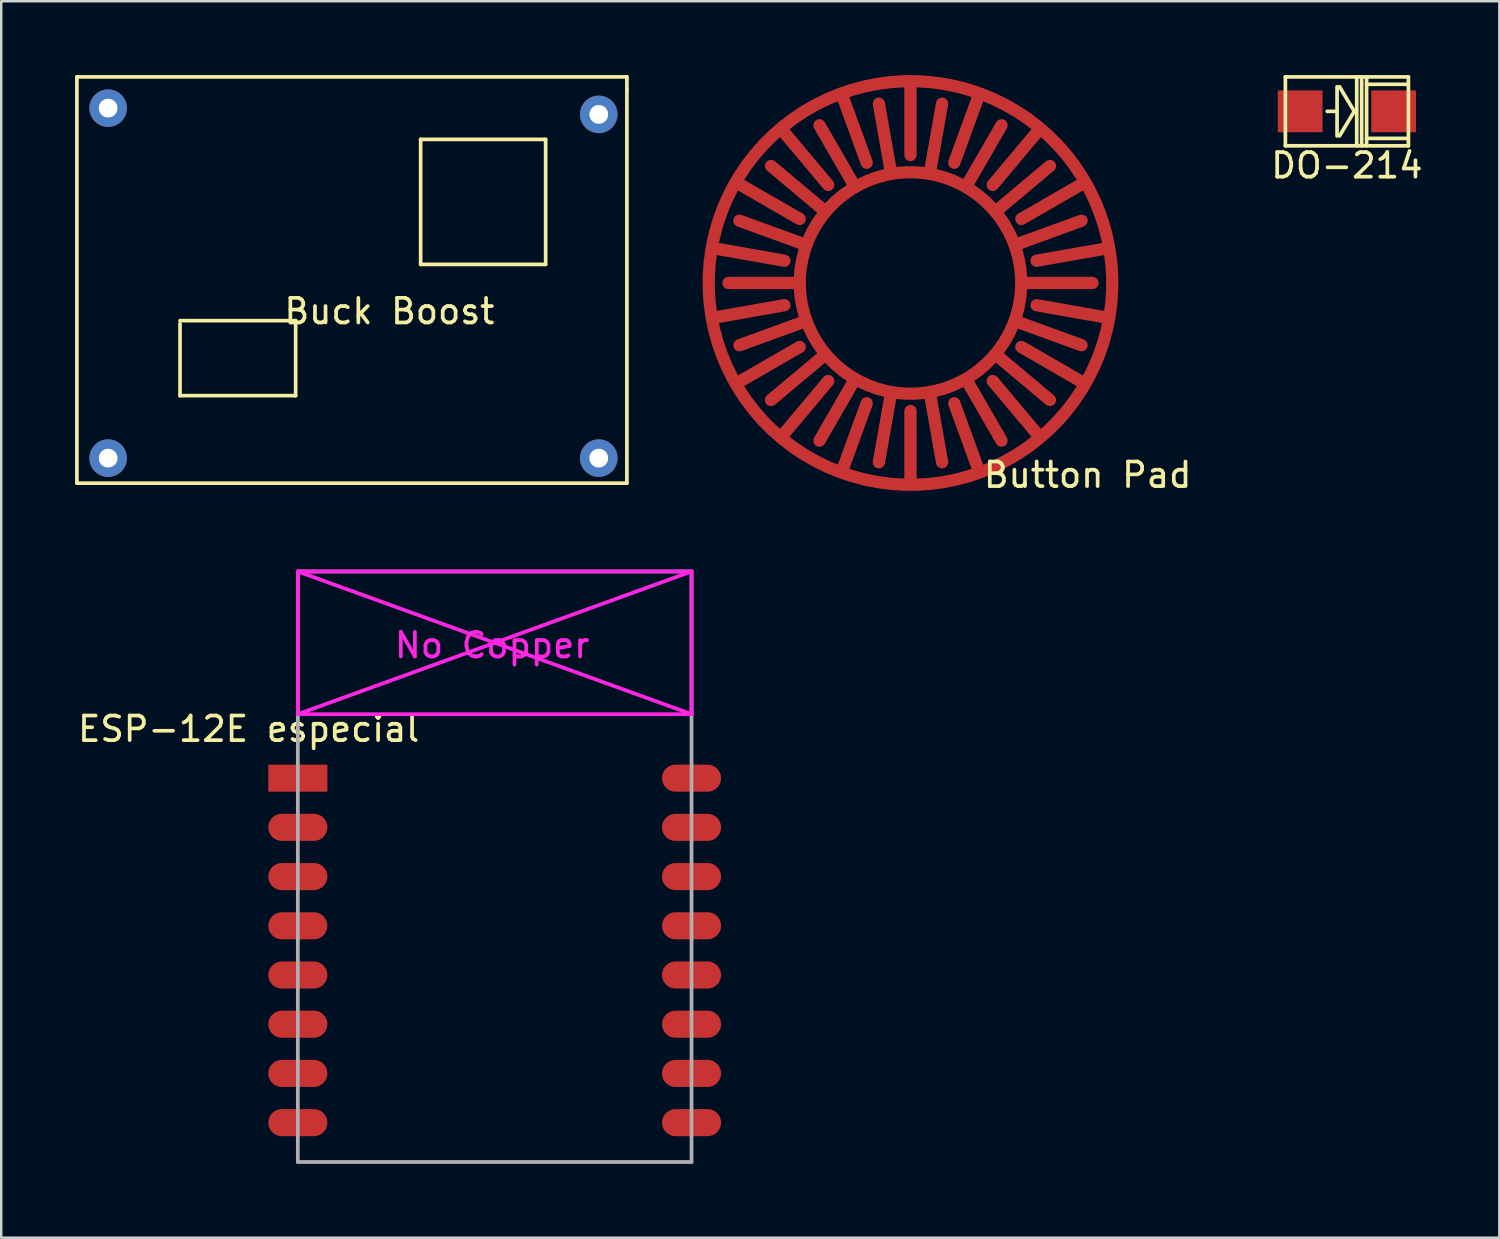
<source format=kicad_pcb>
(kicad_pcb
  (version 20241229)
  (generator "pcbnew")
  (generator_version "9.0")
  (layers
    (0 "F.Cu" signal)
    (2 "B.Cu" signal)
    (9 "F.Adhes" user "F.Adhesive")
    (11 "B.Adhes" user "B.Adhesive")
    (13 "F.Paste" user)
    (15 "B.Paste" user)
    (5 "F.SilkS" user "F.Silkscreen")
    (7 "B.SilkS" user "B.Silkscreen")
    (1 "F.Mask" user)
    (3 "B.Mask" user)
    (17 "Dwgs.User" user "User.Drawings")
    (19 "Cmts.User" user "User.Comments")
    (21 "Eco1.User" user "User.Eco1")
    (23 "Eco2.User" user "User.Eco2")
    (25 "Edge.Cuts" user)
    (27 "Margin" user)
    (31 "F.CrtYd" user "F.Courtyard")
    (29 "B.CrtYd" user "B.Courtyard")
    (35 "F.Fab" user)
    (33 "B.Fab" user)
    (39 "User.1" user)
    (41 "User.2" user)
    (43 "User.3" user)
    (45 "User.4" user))
  (footprint "Button Pad"
    (layer "F.Cu")
    (at 33.952 8.45)
    (property "Reference" "Button Pad" (at 7.2 7.8 0) (layer "F.SilkS") (effects (font (size 1 1) (thickness 0.15))))
    (attr through_hole)
    (pad "1" smd custom (at -4.5 0) (size 0.5 0.5) (layers "F.Cu" "F.Mask" "F.Paste") (options (anchor circle)) (primitives (gr_circle (center 4.5 0) (end 9 0) (width 0.5) (fill no)) (gr_line (start 9 0) (end 11.9 0) (width 0.5)) (gr_line (start 8.729 -1.539) (end 11.454 -2.531) (width 0.5)) (gr_line (start 7.947 -2.893) (end 10.169 -4.757) (width 0.5)) (gr_line (start 6.75 -3.897) (end 8.2 -6.409) (width 0.5)) (gr_line (start 5.281 -4.432) (end 5.785 -7.288) (width 0.5)) (gr_line (start 3.719 -4.432) (end 3.215 -7.288) (width 0.5)) (gr_line (start 2.25 -3.897) (end 0.8 -6.409) (width 0.5)) (gr_line (start 1.053 -2.893) (end -1.169 -4.757) (width 0.5)) (gr_line (start 0.271 -1.539) (end -2.454 -2.531) (width 0.5)) (gr_line (start 0 0) (end -2.9 0) (width 0.5)) (gr_line (start 0.271 1.539) (end -2.454 2.531) (width 0.5)) (gr_line (start 1.053 2.893) (end -1.169 4.757) (width 0.5)) (gr_line (start 2.25 3.897) (end 0.8 6.409) (width 0.5)) (gr_line (start 3.719 4.432) (end 3.215 7.288) (width 0.5)) (gr_line (start 5.281 4.432) (end 5.785 7.288) (width 0.5)) (gr_line (start 6.75 3.897) (end 8.2 6.409) (width 0.5)) (gr_line (start 7.947 2.893) (end 10.169 4.757) (width 0.5)) (gr_line (start 8.729 1.539) (end 11.454 2.531) (width 0.5)) (gr_line (start 9 0) (end 11.9 0) (width 0.5))))
    (pad "2" smd custom (at -8.2 0) (size 0.5 0.5) (layers "F.Cu" "F.Mask" "F.Paste") (options (anchor circle)) (primitives (gr_circle (center 8.2 0) (end 16.4 0) (width 0.5) (fill no)) (gr_line (start 3.079 0.903) (end 0.322 1.389) (width 0.5)) (gr_line (start 3.697 2.6) (end 1.272 4) (width 0.5)) (gr_line (start 4.858 3.983) (end 3.058 6.128) (width 0.5)) (gr_line (start 6.421 4.886) (end 5.464 7.518) (width 0.5)) (gr_line (start 8.2 5.2) (end 8.2 8) (width 0.5)) (gr_line (start 9.979 4.886) (end 10.936 7.518) (width 0.5)) (gr_line (start 11.542 3.983) (end 13.342 6.128) (width 0.5)) (gr_line (start 12.703 2.6) (end 15.128 4) (width 0.5)) (gr_line (start 13.321 0.903) (end 16.078 1.389) (width 0.5)) (gr_line (start 13.321 -0.903) (end 16.078 -1.389) (width 0.5)) (gr_line (start 12.703 -2.6) (end 15.128 -4) (width 0.5)) (gr_line (start 11.542 -3.983) (end 13.342 -6.128) (width 0.5)) (gr_line (start 9.979 -4.886) (end 10.936 -7.518) (width 0.5)) (gr_line (start 8.2 -5.2) (end 8.2 -8) (width 0.5)) (gr_line (start 6.421 -4.886) (end 5.464 -7.518) (width 0.5)) (gr_line (start 4.858 -3.983) (end 3.058 -6.128) (width 0.5)) (gr_line (start 3.697 -2.6) (end 1.272 -4) (width 0.5)) (gr_line (start 3.079 -0.903) (end 0.322 -1.389) (width 0.5)))))
  (footprint "Buck Boost"
    (layer "F.Cu")
    (at 6.425 6.425)
    (property "Reference" "Buck Boost" (at 6.35 3.175 0) (layer "F.SilkS") (effects (font (size 1 1) (thickness 0.15))))
    (attr through_hole)
    (fp_line (start -6.35 -6.35) (end -6.35 10.16) (stroke (width 0.15) (type solid)) (layer "F.SilkS"))
    (fp_line (start -6.35 -6.35) (end 16.002 -6.35) (stroke (width 0.15) (type solid)) (layer "F.SilkS"))
    (fp_line (start -6.35 10.16) (end 16.002 10.16) (stroke (width 0.15) (type solid)) (layer "F.SilkS"))
    (fp_line (start -2.159 3.683) (end -2.159 6.604) (stroke (width 0.15) (type solid)) (layer "F.SilkS"))
    (fp_line (start -2.159 6.604) (end 2.54 6.604) (stroke (width 0.15) (type solid)) (layer "F.SilkS"))
    (fp_line (start 2.54 3.556) (end -2.159 3.556) (stroke (width 0.15) (type solid)) (layer "F.SilkS"))
    (fp_line (start 2.54 6.604) (end 2.54 3.556) (stroke (width 0.15) (type solid)) (layer "F.SilkS"))
    (fp_line (start 7.62 -3.81) (end 7.62 1.27) (stroke (width 0.15) (type solid)) (layer "F.SilkS"))
    (fp_line (start 7.62 1.27) (end 12.7 1.27) (stroke (width 0.15) (type solid)) (layer "F.SilkS"))
    (fp_line (start 12.7 -3.81) (end 7.62 -3.81) (stroke (width 0.15) (type solid)) (layer "F.SilkS"))
    (fp_line (start 12.7 1.27) (end 12.7 -3.81) (stroke (width 0.15) (type solid)) (layer "F.SilkS"))
    (fp_line (start 16.002 -5.842) (end 16.002 -6.35) (stroke (width 0.15) (type solid)) (layer "F.SilkS"))
    (fp_line (start 16.002 10.16) (end 16.002 -5.842) (stroke (width 0.15) (type solid)) (layer "F.SilkS"))
    (pad "1" thru_hole circle (at -5.08 -5.08) (size 1.524 1.524) (drill 0.762) (layers "*.Cu" "*.Mask"))
    (pad "2" thru_hole circle (at 14.859 -4.826) (size 1.524 1.524) (drill 0.762) (layers "*.Cu" "*.Mask"))
    (pad "3" thru_hole circle (at -5.08 9.144) (size 1.524 1.524) (drill 0.762) (layers "*.Cu" "*.Mask"))
    (pad "4" thru_hole circle (at 14.859 9.144) (size 1.524 1.524) (drill 0.762) (layers "*.Cu" "*.Mask")))
  (footprint "DO-214"
    (layer "F.Cu")
    (at 51.688 1.475)
    (property "Reference" "DO-214" (at 0 2.2 0) (layer "F.SilkS") (effects (font (size 1 1) (thickness 0.15))))
    (attr through_hole)
    (fp_line (start -2.5 -1.4) (end 2.5 -1.4) (stroke (width 0.15) (type solid)) (layer "F.SilkS"))
    (fp_line (start -2.5 1.4) (end -2.5 -1.4) (stroke (width 0.15) (type solid)) (layer "F.SilkS"))
    (fp_line (start -0.4 0) (end -0.8 0) (stroke (width 0.15) (type solid)) (layer "F.SilkS"))
    (fp_line (start -0.4 1) (end -0.4 -1) (stroke (width 0.15) (type solid)) (layer "F.SilkS"))
    (fp_line (start -0.3 -1) (end 0.3 0) (stroke (width 0.15) (type solid)) (layer "F.SilkS"))
    (fp_line (start 0.3 0) (end -0.3 1) (stroke (width 0.15) (type solid)) (layer "F.SilkS"))
    (fp_line (start 0.4 -1.4) (end 0.4 1.4) (stroke (width 0.15) (type solid)) (layer "F.SilkS"))
    (fp_line (start 0.6 1.4) (end 0.6 -1.4) (stroke (width 0.15) (type solid)) (layer "F.SilkS"))
    (fp_line (start 0.8 -1.4) (end 0.8 1.4) (stroke (width 0.15) (type solid)) (layer "F.SilkS"))
    (fp_line (start 0.8 -1.1) (end 2.5 -1.1) (stroke (width 0.15) (type solid)) (layer "F.SilkS"))
    (fp_line (start 0.8 1.1) (end 2.5 1.1) (stroke (width 0.15) (type solid)) (layer "F.SilkS"))
    (fp_line (start 2.5 -1.4) (end 2.5 1.4) (stroke (width 0.15) (type solid)) (layer "F.SilkS"))
    (fp_line (start 2.5 1.4) (end -2.5 1.4) (stroke (width 0.15) (type solid)) (layer "F.SilkS"))
    (pad "1" smd rect (at -1.9 0) (size 1.82 1.7) (layers "F.Cu" "F.Mask" "F.Paste"))
    (pad "2" smd rect (at 1.9 0) (size 1.82 1.7) (layers "F.Cu" "F.Mask" "F.Paste")))
  (footprint "ESP-12E especial"
    (layer "F.Cu")
    (at 9.054 28.574)
    (property "Reference" "ESP-12E especial" (at -2 -2 0) (layer "F.SilkS") (effects (font (size 1 1) (thickness 0.15))))
    (attr through_hole)
    (fp_line (start 0 -8.4) (end 0 -2.6) (stroke (width 0.152) (type solid)) (layer "F.CrtYd"))
    (fp_line (start 0 -8.4) (end 16 -2.6) (stroke (width 0.152) (type solid)) (layer "F.CrtYd"))
    (fp_line (start 0 -2.6) (end 16 -2.6) (stroke (width 0.152) (type solid)) (layer "F.CrtYd"))
    (fp_line (start 16 -8.4) (end 0 -8.4) (stroke (width 0.152) (type solid)) (layer "F.CrtYd"))
    (fp_line (start 16 -8.4) (end 0 -2.6) (stroke (width 0.152) (type solid)) (layer "F.CrtYd"))
    (fp_line (start 16 -2.6) (end 16 -8.4) (stroke (width 0.152) (type solid)) (layer "F.CrtYd"))
    (fp_line (start 0 -8.4) (end 16 -8.4) (stroke (width 0.152) (type solid)) (layer "F.Fab"))
    (fp_line (start 0 15.6) (end 0 -8.4) (stroke (width 0.152) (type solid)) (layer "F.Fab"))
    (fp_line (start 16 -8.4) (end 16 15.6) (stroke (width 0.152) (type solid)) (layer "F.Fab"))
    (fp_line (start 16 15.6) (end 0 15.6) (stroke (width 0.152) (type solid)) (layer "F.Fab"))
    (fp_text user "No Copper" (at 7.9 -5.4 0) (layer "F.CrtYd") (effects (font (size 1 1) (thickness 0.15))))
    (pad "1" smd rect (at 0 0) (size 2.4 1.1) (layers "F.Cu" "F.Mask" "F.Paste"))
    (pad "2" smd oval (at 0 2) (size 2.4 1.1) (layers "F.Cu" "F.Mask" "F.Paste"))
    (pad "3" smd oval (at 0 4) (size 2.4 1.1) (layers "F.Cu" "F.Mask" "F.Paste"))
    (pad "4" smd oval (at 0 6) (size 2.4 1.1) (layers "F.Cu" "F.Mask" "F.Paste"))
    (pad "5" smd oval (at 0 8) (size 2.4 1.1) (layers "F.Cu" "F.Mask" "F.Paste"))
    (pad "6" smd oval (at 0 10) (size 2.4 1.1) (layers "F.Cu" "F.Mask" "F.Paste"))
    (pad "7" smd oval (at 0 12) (size 2.4 1.1) (layers "F.Cu" "F.Mask" "F.Paste"))
    (pad "8" smd oval (at 0 14) (size 2.4 1.1) (layers "F.Cu" "F.Mask" "F.Paste"))
    (pad "15" smd oval (at 16 14) (size 2.4 1.1) (layers "F.Cu" "F.Mask" "F.Paste"))
    (pad "16" smd oval (at 16 12) (size 2.4 1.1) (layers "F.Cu" "F.Mask" "F.Paste"))
    (pad "17" smd oval (at 16 10) (size 2.4 1.1) (layers "F.Cu" "F.Mask" "F.Paste"))
    (pad "18" smd oval (at 16 8) (size 2.4 1.1) (layers "F.Cu" "F.Mask" "F.Paste"))
    (pad "19" smd oval (at 16 6) (size 2.4 1.1) (layers "F.Cu" "F.Mask" "F.Paste"))
    (pad "20" smd oval (at 16 4) (size 2.4 1.1) (layers "F.Cu" "F.Mask" "F.Paste"))
    (pad "21" smd oval (at 16 2) (size 2.4 1.1) (layers "F.Cu" "F.Mask" "F.Paste"))
    (pad "22" smd oval (at 16 0) (size 2.4 1.1) (layers "F.Cu" "F.Mask" "F.Paste")))
  (gr_rect
    (start -3 -3)
    (end 57.884 47.251)
    (stroke (width 0.1) (type default))
    (fill no)
    (layer "Edge.Cuts")))
</source>
